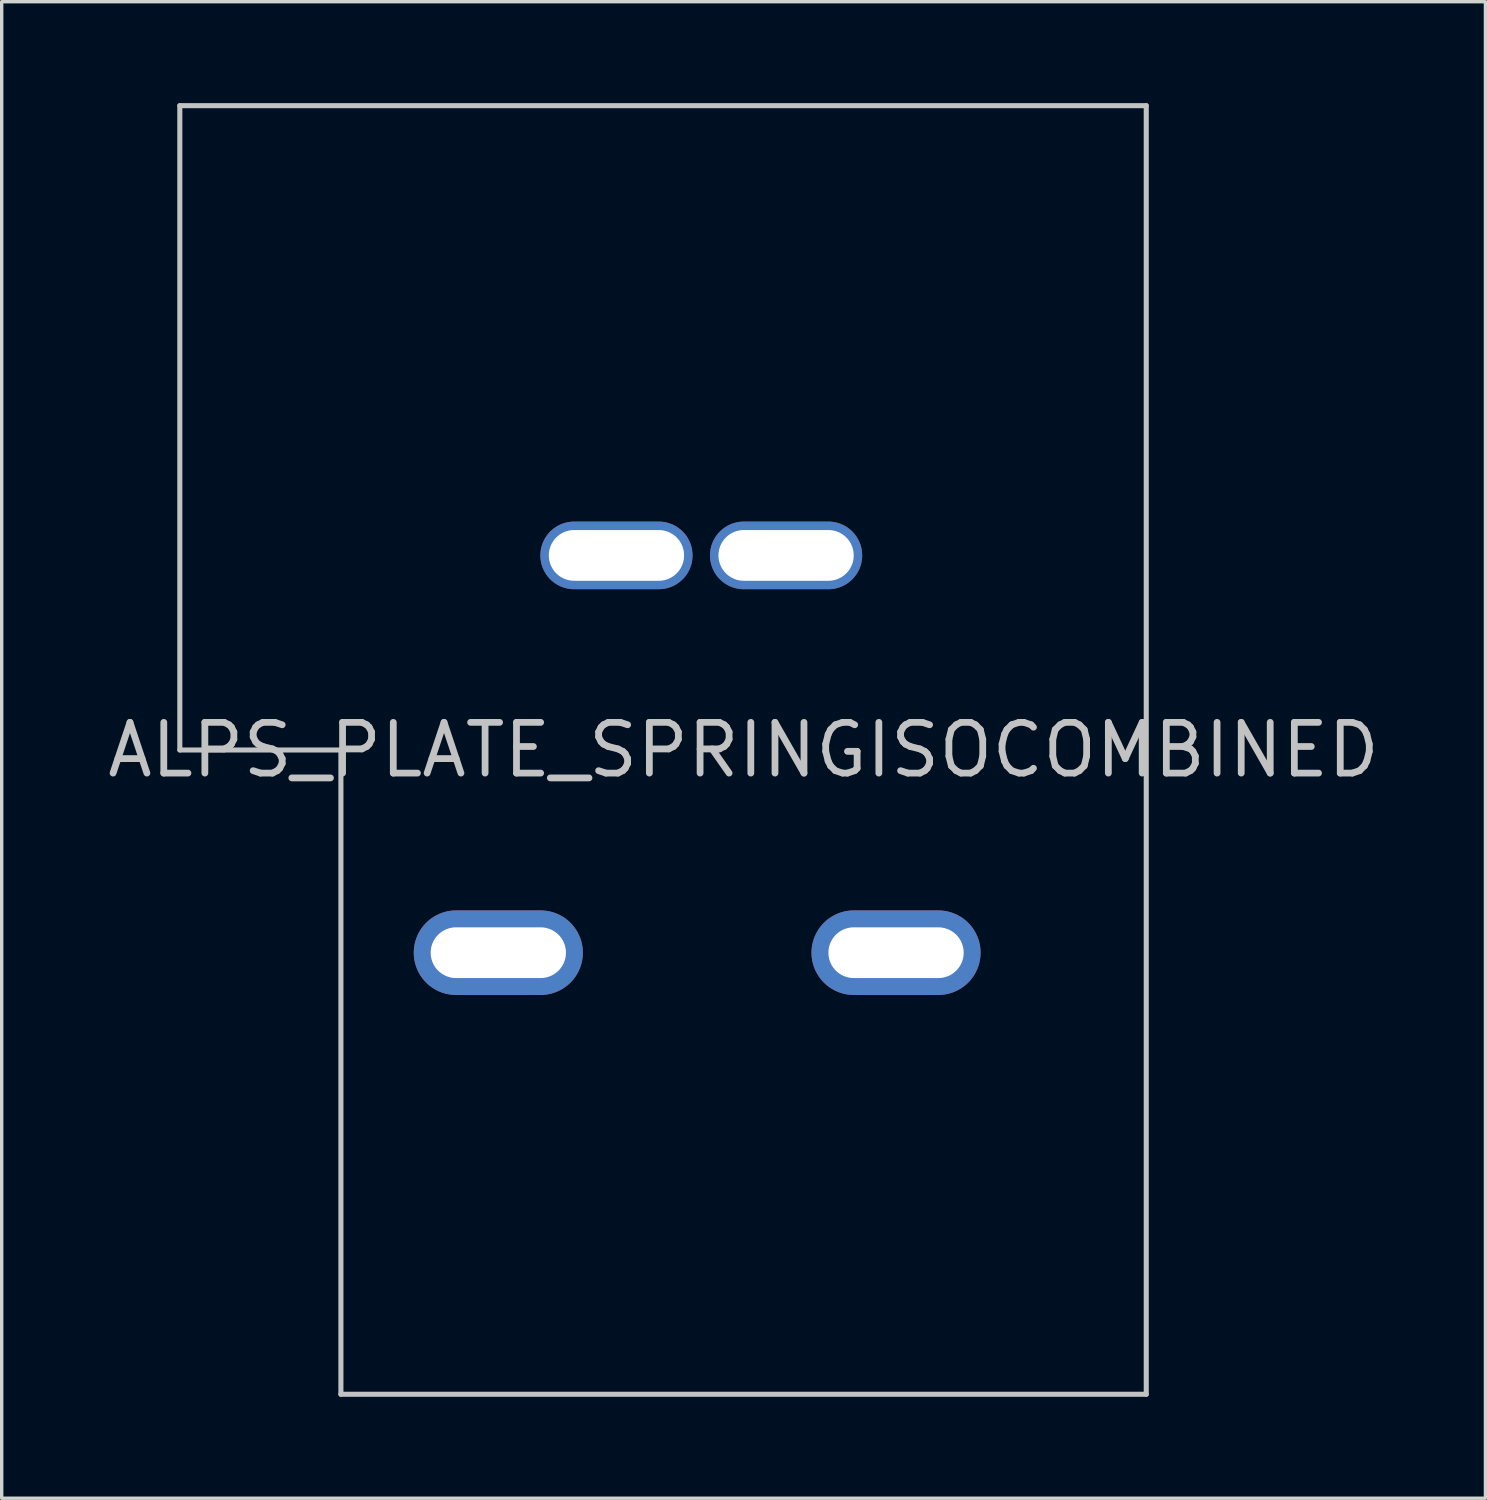
<source format=kicad_pcb>
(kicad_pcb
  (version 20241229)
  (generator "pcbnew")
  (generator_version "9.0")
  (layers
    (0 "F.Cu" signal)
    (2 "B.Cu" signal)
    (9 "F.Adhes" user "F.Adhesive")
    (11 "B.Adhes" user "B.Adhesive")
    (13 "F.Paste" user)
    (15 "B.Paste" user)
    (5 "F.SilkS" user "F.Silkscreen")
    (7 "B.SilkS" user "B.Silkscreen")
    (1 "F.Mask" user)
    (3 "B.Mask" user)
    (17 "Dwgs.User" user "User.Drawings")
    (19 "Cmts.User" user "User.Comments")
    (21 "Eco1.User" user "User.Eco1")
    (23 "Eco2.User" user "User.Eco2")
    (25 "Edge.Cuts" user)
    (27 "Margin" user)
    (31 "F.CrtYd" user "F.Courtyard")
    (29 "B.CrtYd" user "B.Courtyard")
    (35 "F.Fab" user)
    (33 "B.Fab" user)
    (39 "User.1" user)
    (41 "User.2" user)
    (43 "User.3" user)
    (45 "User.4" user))
  (footprint "ALPS_PLATE_SPRINGISOCOMBINED"
    (layer "F.Cu")
    (at 18.936 19.125)
    (property "Reference" "ALPS_PLATE_SPRINGISOCOMBINED" (at 0 0 0) (layer "Dwgs.User") (effects (font (size 1.5 1.5) (thickness 0.2))))
    (attr through_hole)
    (fp_line (start -16.669 -19.05) (end -16.669 0) (stroke (width 0.15) (type solid)) (layer "Dwgs.User"))
    (fp_line (start -16.669 -19.05) (end 11.906 -19.05) (stroke (width 0.15) (type solid)) (layer "Dwgs.User"))
    (fp_line (start -11.906 0) (end -16.669 0) (stroke (width 0.15) (type solid)) (layer "Dwgs.User"))
    (fp_line (start -11.906 19.05) (end -11.906 0) (stroke (width 0.15) (type solid)) (layer "Dwgs.User"))
    (fp_line (start -11.906 19.05) (end 11.906 19.05) (stroke (width 0.15) (type solid)) (layer "Dwgs.User"))
    (fp_line (start 11.906 -19.05) (end 11.906 19.05) (stroke (width 0.15) (type solid)) (layer "Dwgs.User"))
    (pad "1" thru_hole oval (at -3.759 -5.753) (size 4.5 2) (drill oval 4 1.5) (layers "*.Cu" "*.Mask"))
    (pad "2" thru_hole oval (at 1.257 -5.753) (size 4.5 2) (drill oval 4 1.5) (layers "*.Cu" "*.Mask"))
    (pad "3" thru_hole oval (at -7.252 5.994) (size 5 2.5) (drill oval 4 1.5) (layers "*.Cu" "*.Mask"))
    (pad "3" thru_hole oval (at 4.508 5.994) (size 5 2.5) (drill oval 4 1.5) (layers "*.Cu" "*.Mask")))
  (gr_rect
    (start -3 -3)
    (end 40.871 41.25)
    (stroke (width 0.1) (type default))
    (fill no)
    (layer "Edge.Cuts")))
</source>
